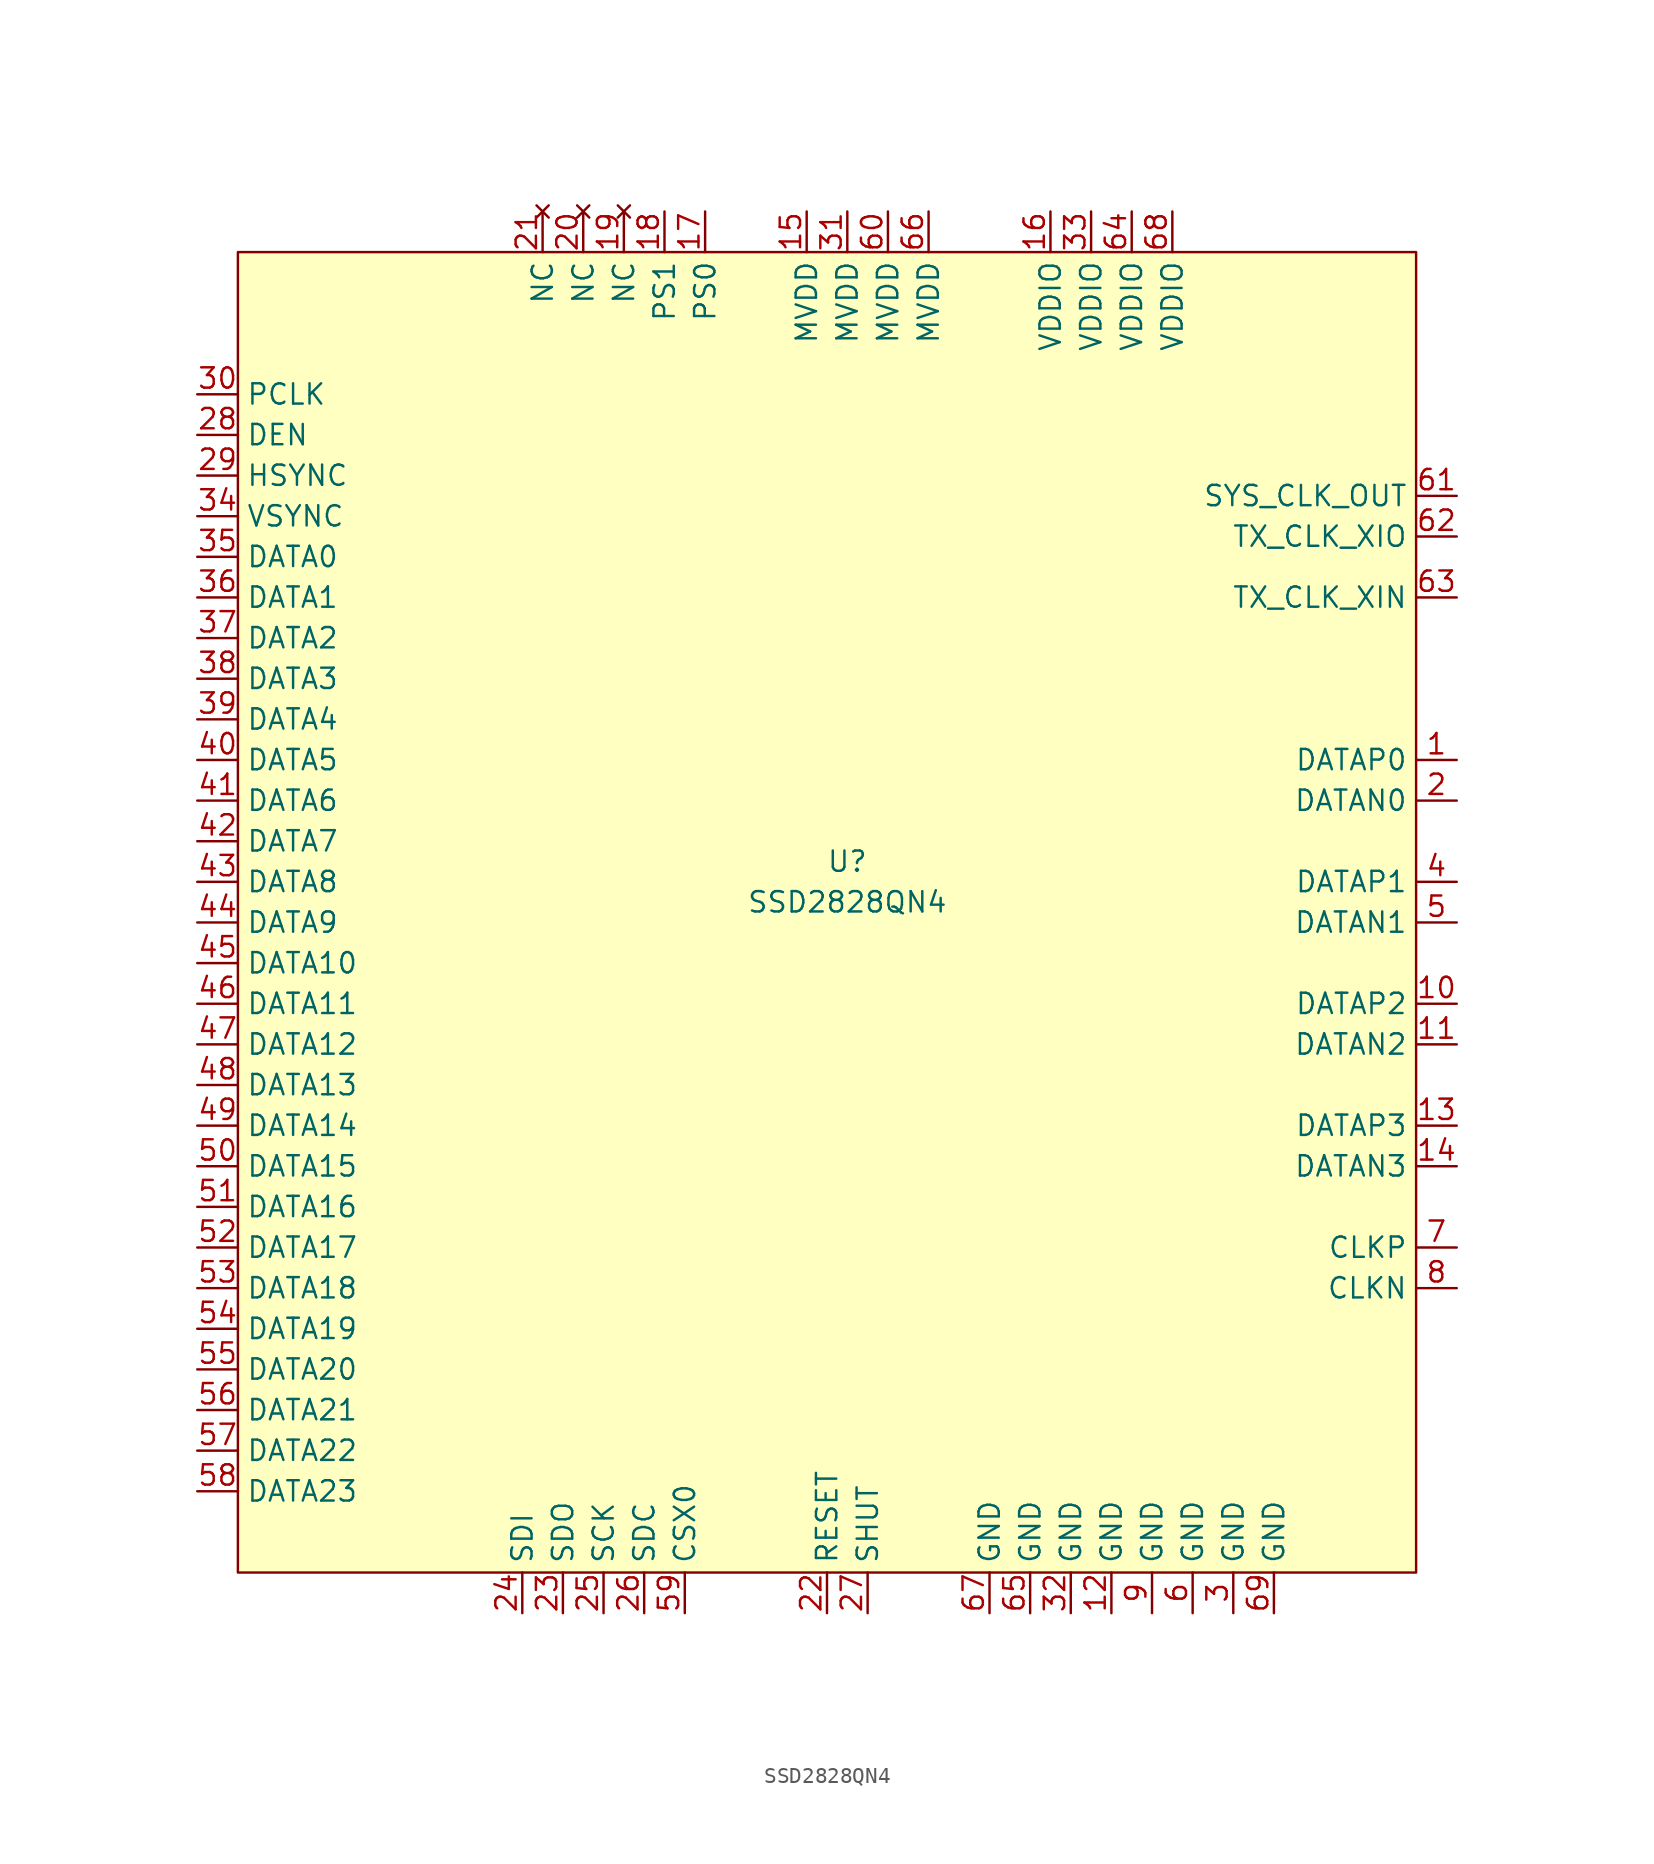
<source format=kicad_sym>
(kicad_symbol_lib
  (version 20220914)
  (generator kicad_symbol_editor)
  (symbol "SSD2828QN4"
    (property "Reference" "U"
      (at 1.27 3.81 0)
      (effects (font (size 1.27 1.27))))
    (property "Value" "SSD2828QN4"
      (at 1.27 1.27 0)
      (effects (font (size 1.27 1.27))))
    (symbol "SSD2828QN4_0_1"
      (rectangle (start -36.83 41.91) (end 36.83 -40.64) (stroke (width 0) (type default)) (fill (type background))))
    (symbol "SSD2828QN4_1_1"
      (pin output line (at 39.37 10.16 180) (length 2.54) (name "DATAP0" (effects (font (size 1.27 1.27)))) (number "1" (effects (font (size 1.27 1.27)))))
      (pin output line (at 39.37 -5.08 180) (length 2.54) (name "DATAP2" (effects (font (size 1.27 1.27)))) (number "10" (effects (font (size 1.27 1.27)))))
      (pin output line (at 39.37 -7.62 180) (length 2.54) (name "DATAN2" (effects (font (size 1.27 1.27)))) (number "11" (effects (font (size 1.27 1.27)))))
      (pin output line (at 17.78 -43.18 90) (length 2.54) (name "GND" (effects (font (size 1.27 1.27)))) (number "12" (effects (font (size 1.27 1.27)))))
      (pin output line (at 39.37 -12.7 180) (length 2.54) (name "DATAP3" (effects (font (size 1.27 1.27)))) (number "13" (effects (font (size 1.27 1.27)))))
      (pin output line (at 39.37 -15.24 180) (length 2.54) (name "DATAN3" (effects (font (size 1.27 1.27)))) (number "14" (effects (font (size 1.27 1.27)))))
      (pin output line (at -1.27 44.45 270) (length 2.54) (name "MVDD" (effects (font (size 1.27 1.27)))) (number "15" (effects (font (size 1.27 1.27)))))
      (pin output line (at 13.97 44.45 270) (length 2.54) (name "VDDIO" (effects (font (size 1.27 1.27)))) (number "16" (effects (font (size 1.27 1.27)))))
      (pin output line (at -7.62 44.45 270) (length 2.54) (name "PS0" (effects (font (size 1.27 1.27)))) (number "17" (effects (font (size 1.27 1.27)))))
      (pin output line (at -10.16 44.45 270) (length 2.54) (name "PS1" (effects (font (size 1.27 1.27)))) (number "18" (effects (font (size 1.27 1.27)))))
      (pin no_connect line (at -12.7 44.45 270) (length 2.54) (name "NC" (effects (font (size 1.27 1.27)))) (number "19" (effects (font (size 1.27 1.27)))))
      (pin output line (at 39.37 7.62 180) (length 2.54) (name "DATAN0" (effects (font (size 1.27 1.27)))) (number "2" (effects (font (size 1.27 1.27)))))
      (pin no_connect line (at -15.24 44.45 270) (length 2.54) (name "NC" (effects (font (size 1.27 1.27)))) (number "20" (effects (font (size 1.27 1.27)))))
      (pin no_connect line (at -17.78 44.45 270) (length 2.54) (name "NC" (effects (font (size 1.27 1.27)))) (number "21" (effects (font (size 1.27 1.27)))))
      (pin output line (at 0 -43.18 90) (length 2.54) (name "RESET" (effects (font (size 1.27 1.27)))) (number "22" (effects (font (size 1.27 1.27)))))
      (pin output line (at -16.51 -43.18 90) (length 2.54) (name "SDO" (effects (font (size 1.27 1.27)))) (number "23" (effects (font (size 1.27 1.27)))))
      (pin output line (at -19.05 -43.18 90) (length 2.54) (name "SDI" (effects (font (size 1.27 1.27)))) (number "24" (effects (font (size 1.27 1.27)))))
      (pin output line (at -13.97 -43.18 90) (length 2.54) (name "SCK" (effects (font (size 1.27 1.27)))) (number "25" (effects (font (size 1.27 1.27)))))
      (pin output line (at -11.43 -43.18 90) (length 2.54) (name "SDC" (effects (font (size 1.27 1.27)))) (number "26" (effects (font (size 1.27 1.27)))))
      (pin output line (at 2.54 -43.18 90) (length 2.54) (name "SHUT" (effects (font (size 1.27 1.27)))) (number "27" (effects (font (size 1.27 1.27)))))
      (pin input line (at -39.37 30.48 0) (length 2.54) (name "DEN" (effects (font (size 1.27 1.27)))) (number "28" (effects (font (size 1.27 1.27)))))
      (pin input line (at -39.37 27.94 0) (length 2.54) (name "HSYNC" (effects (font (size 1.27 1.27)))) (number "29" (effects (font (size 1.27 1.27)))))
      (pin output line (at 25.4 -43.18 90) (length 2.54) (name "GND" (effects (font (size 1.27 1.27)))) (number "3" (effects (font (size 1.27 1.27)))))
      (pin input line (at -39.37 33.02 0) (length 2.54) (name "PCLK" (effects (font (size 1.27 1.27)))) (number "30" (effects (font (size 1.27 1.27)))))
      (pin output line (at 1.27 44.45 270) (length 2.54) (name "MVDD" (effects (font (size 1.27 1.27)))) (number "31" (effects (font (size 1.27 1.27)))))
      (pin output line (at 15.24 -43.18 90) (length 2.54) (name "GND" (effects (font (size 1.27 1.27)))) (number "32" (effects (font (size 1.27 1.27)))))
      (pin output line (at 16.51 44.45 270) (length 2.54) (name "VDDIO" (effects (font (size 1.27 1.27)))) (number "33" (effects (font (size 1.27 1.27)))))
      (pin input line (at -39.37 25.4 0) (length 2.54) (name "VSYNC" (effects (font (size 1.27 1.27)))) (number "34" (effects (font (size 1.27 1.27)))))
      (pin input line (at -39.37 22.86 0) (length 2.54) (name "DATA0" (effects (font (size 1.27 1.27)))) (number "35" (effects (font (size 1.27 1.27)))))
      (pin input line (at -39.37 20.32 0) (length 2.54) (name "DATA1" (effects (font (size 1.27 1.27)))) (number "36" (effects (font (size 1.27 1.27)))))
      (pin input line (at -39.37 17.78 0) (length 2.54) (name "DATA2" (effects (font (size 1.27 1.27)))) (number "37" (effects (font (size 1.27 1.27)))))
      (pin input line (at -39.37 15.24 0) (length 2.54) (name "DATA3" (effects (font (size 1.27 1.27)))) (number "38" (effects (font (size 1.27 1.27)))))
      (pin input line (at -39.37 12.7 0) (length 2.54) (name "DATA4" (effects (font (size 1.27 1.27)))) (number "39" (effects (font (size 1.27 1.27)))))
      (pin output line (at 39.37 2.54 180) (length 2.54) (name "DATAP1" (effects (font (size 1.27 1.27)))) (number "4" (effects (font (size 1.27 1.27)))))
      (pin input line (at -39.37 10.16 0) (length 2.54) (name "DATA5" (effects (font (size 1.27 1.27)))) (number "40" (effects (font (size 1.27 1.27)))))
      (pin input line (at -39.37 7.62 0) (length 2.54) (name "DATA6" (effects (font (size 1.27 1.27)))) (number "41" (effects (font (size 1.27 1.27)))))
      (pin input line (at -39.37 5.08 0) (length 2.54) (name "DATA7" (effects (font (size 1.27 1.27)))) (number "42" (effects (font (size 1.27 1.27)))))
      (pin input line (at -39.37 2.54 0) (length 2.54) (name "DATA8" (effects (font (size 1.27 1.27)))) (number "43" (effects (font (size 1.27 1.27)))))
      (pin input line (at -39.37 0 0) (length 2.54) (name "DATA9" (effects (font (size 1.27 1.27)))) (number "44" (effects (font (size 1.27 1.27)))))
      (pin input line (at -39.37 -2.54 0) (length 2.54) (name "DATA10" (effects (font (size 1.27 1.27)))) (number "45" (effects (font (size 1.27 1.27)))))
      (pin input line (at -39.37 -5.08 0) (length 2.54) (name "DATA11" (effects (font (size 1.27 1.27)))) (number "46" (effects (font (size 1.27 1.27)))))
      (pin input line (at -39.37 -7.62 0) (length 2.54) (name "DATA12" (effects (font (size 1.27 1.27)))) (number "47" (effects (font (size 1.27 1.27)))))
      (pin input line (at -39.37 -10.16 0) (length 2.54) (name "DATA13" (effects (font (size 1.27 1.27)))) (number "48" (effects (font (size 1.27 1.27)))))
      (pin input line (at -39.37 -12.7 0) (length 2.54) (name "DATA14" (effects (font (size 1.27 1.27)))) (number "49" (effects (font (size 1.27 1.27)))))
      (pin output line (at 39.37 0 180) (length 2.54) (name "DATAN1" (effects (font (size 1.27 1.27)))) (number "5" (effects (font (size 1.27 1.27)))))
      (pin input line (at -39.37 -15.24 0) (length 2.54) (name "DATA15" (effects (font (size 1.27 1.27)))) (number "50" (effects (font (size 1.27 1.27)))))
      (pin input line (at -39.37 -17.78 0) (length 2.54) (name "DATA16" (effects (font (size 1.27 1.27)))) (number "51" (effects (font (size 1.27 1.27)))))
      (pin input line (at -39.37 -20.32 0) (length 2.54) (name "DATA17" (effects (font (size 1.27 1.27)))) (number "52" (effects (font (size 1.27 1.27)))))
      (pin input line (at -39.37 -22.86 0) (length 2.54) (name "DATA18" (effects (font (size 1.27 1.27)))) (number "53" (effects (font (size 1.27 1.27)))))
      (pin input line (at -39.37 -25.4 0) (length 2.54) (name "DATA19" (effects (font (size 1.27 1.27)))) (number "54" (effects (font (size 1.27 1.27)))))
      (pin input line (at -39.37 -27.94 0) (length 2.54) (name "DATA20" (effects (font (size 1.27 1.27)))) (number "55" (effects (font (size 1.27 1.27)))))
      (pin input line (at -39.37 -30.48 0) (length 2.54) (name "DATA21" (effects (font (size 1.27 1.27)))) (number "56" (effects (font (size 1.27 1.27)))))
      (pin input line (at -39.37 -33.02 0) (length 2.54) (name "DATA22" (effects (font (size 1.27 1.27)))) (number "57" (effects (font (size 1.27 1.27)))))
      (pin input line (at -39.37 -35.56 0) (length 2.54) (name "DATA23" (effects (font (size 1.27 1.27)))) (number "58" (effects (font (size 1.27 1.27)))))
      (pin output line (at -8.89 -43.18 90) (length 2.54) (name "CSX0" (effects (font (size 1.27 1.27)))) (number "59" (effects (font (size 1.27 1.27)))))
      (pin output line (at 22.86 -43.18 90) (length 2.54) (name "GND" (effects (font (size 1.27 1.27)))) (number "6" (effects (font (size 1.27 1.27)))))
      (pin output line (at 3.81 44.45 270) (length 2.54) (name "MVDD" (effects (font (size 1.27 1.27)))) (number "60" (effects (font (size 1.27 1.27)))))
      (pin output line (at 39.37 26.67 180) (length 2.54) (name "SYS_CLK_OUT" (effects (font (size 1.27 1.27)))) (number "61" (effects (font (size 1.27 1.27)))))
      (pin output line (at 39.37 24.13 180) (length 2.54) (name "TX_CLK_XIO" (effects (font (size 1.27 1.27)))) (number "62" (effects (font (size 1.27 1.27)))))
      (pin output line (at 39.37 20.32 180) (length 2.54) (name "TX_CLK_XIN" (effects (font (size 1.27 1.27)))) (number "63" (effects (font (size 1.27 1.27)))))
      (pin output line (at 19.05 44.45 270) (length 2.54) (name "VDDIO" (effects (font (size 1.27 1.27)))) (number "64" (effects (font (size 1.27 1.27)))))
      (pin output line (at 12.7 -43.18 90) (length 2.54) (name "GND" (effects (font (size 1.27 1.27)))) (number "65" (effects (font (size 1.27 1.27)))))
      (pin output line (at 6.35 44.45 270) (length 2.54) (name "MVDD" (effects (font (size 1.27 1.27)))) (number "66" (effects (font (size 1.27 1.27)))))
      (pin output line (at 10.16 -43.18 90) (length 2.54) (name "GND" (effects (font (size 1.27 1.27)))) (number "67" (effects (font (size 1.27 1.27)))))
      (pin output line (at 21.59 44.45 270) (length 2.54) (name "VDDIO" (effects (font (size 1.27 1.27)))) (number "68" (effects (font (size 1.27 1.27)))))
      (pin output line (at 27.94 -43.18 90) (length 2.54) (name "GND" (effects (font (size 1.27 1.27)))) (number "69" (effects (font (size 1.27 1.27)))))
      (pin output line (at 39.37 -20.32 180) (length 2.54) (name "CLKP" (effects (font (size 1.27 1.27)))) (number "7" (effects (font (size 1.27 1.27)))))
      (pin output line (at 39.37 -22.86 180) (length 2.54) (name "CLKN" (effects (font (size 1.27 1.27)))) (number "8" (effects (font (size 1.27 1.27)))))
      (pin output line (at 20.32 -43.18 90) (length 2.54) (name "GND" (effects (font (size 1.27 1.27)))) (number "9" (effects (font (size 1.27 1.27))))))))
</source>
